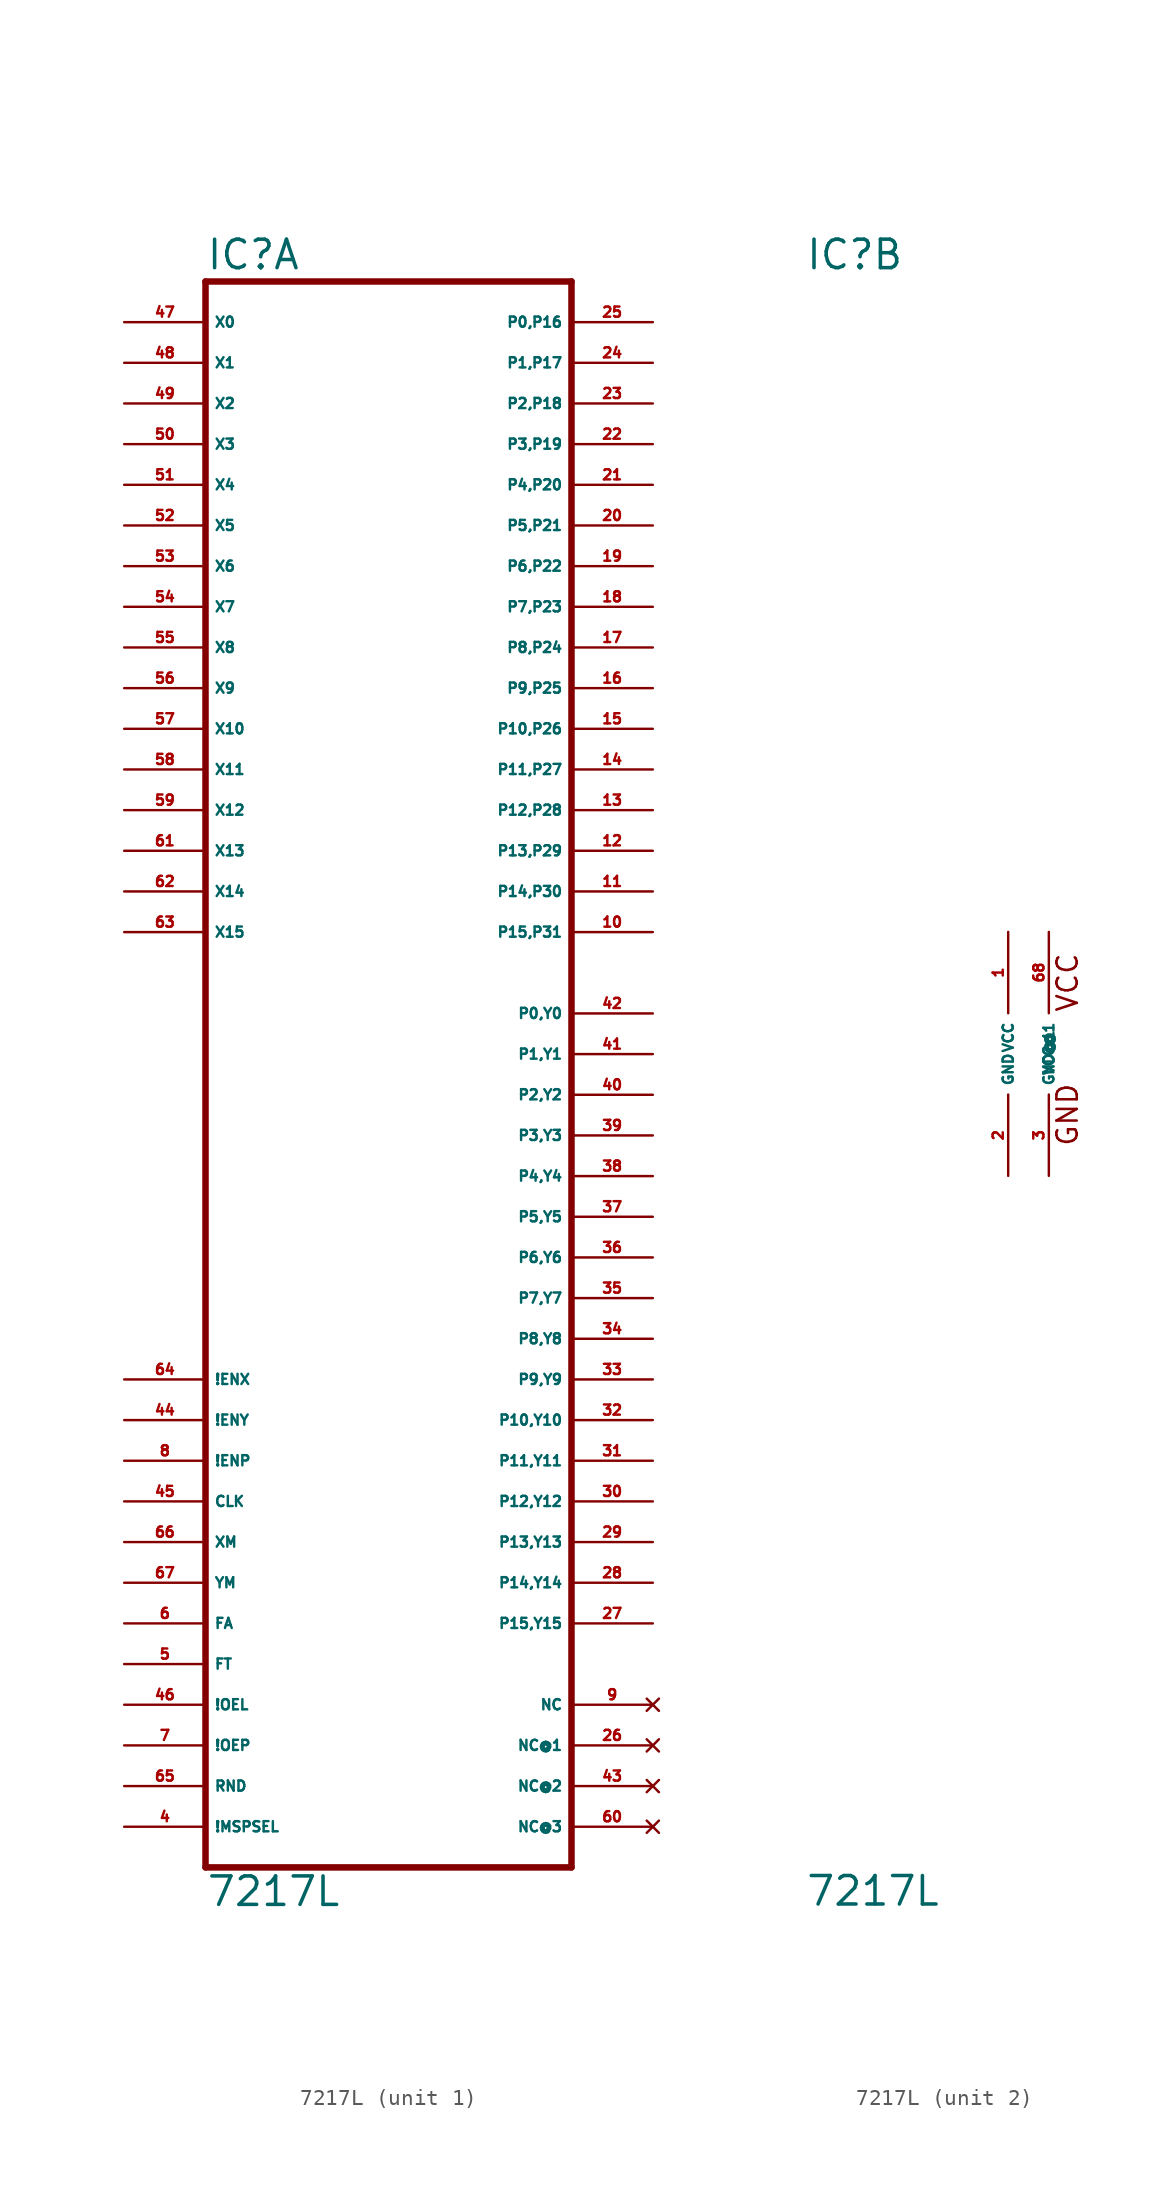
<source format=kicad_sym>
(kicad_symbol_lib
  (version 20220914)
  (generator Eagle2Kicad)
  (symbol "7217L"
    (property "Reference" "IC"
      (at -12.7 48.895 0)
      (effects (font (size 1.778 1.778) (thickness 0.22)) (justify left bottom)))
    (property "Value" "7217L"
      (at -12.7 -53.34 0)
      (effects (font (size 1.778 1.778) (thickness 0.22)) (justify left bottom)))
    (symbol "7217L_1_0"
      (polyline (pts (xy -12.7 -50.8) (xy 10.16 -50.8)) (stroke (width 0.406) (type default)) (fill (type none)))
      (polyline (pts (xy 10.16 -50.8) (xy 10.16 48.26)) (stroke (width 0.406) (type default)) (fill (type none)))
      (polyline (pts (xy 10.16 48.26) (xy -12.7 48.26)) (stroke (width 0.406) (type default)) (fill (type none)))
      (polyline (pts (xy -12.7 48.26) (xy -12.7 -50.8)) (stroke (width 0.406) (type default)) (fill (type none)))
      (pin input line (at -17.78 45.72 0) (length 5.08) (name "X0" (effects (font (size 0.635 0.635) (thickness 0.08)) (justify left bottom))) (number "47" (effects (font (size 0.635 0.635) (thickness 0.08)) (justify left bottom))))
      (pin input line (at -17.78 43.18 0) (length 5.08) (name "X1" (effects (font (size 0.635 0.635) (thickness 0.08)) (justify left bottom))) (number "48" (effects (font (size 0.635 0.635) (thickness 0.08)) (justify left bottom))))
      (pin input line (at -17.78 40.64 0) (length 5.08) (name "X2" (effects (font (size 0.635 0.635) (thickness 0.08)) (justify left bottom))) (number "49" (effects (font (size 0.635 0.635) (thickness 0.08)) (justify left bottom))))
      (pin input line (at -17.78 38.1 0) (length 5.08) (name "X3" (effects (font (size 0.635 0.635) (thickness 0.08)) (justify left bottom))) (number "50" (effects (font (size 0.635 0.635) (thickness 0.08)) (justify left bottom))))
      (pin input line (at -17.78 35.56 0) (length 5.08) (name "X4" (effects (font (size 0.635 0.635) (thickness 0.08)) (justify left bottom))) (number "51" (effects (font (size 0.635 0.635) (thickness 0.08)) (justify left bottom))))
      (pin input line (at -17.78 33.02 0) (length 5.08) (name "X5" (effects (font (size 0.635 0.635) (thickness 0.08)) (justify left bottom))) (number "52" (effects (font (size 0.635 0.635) (thickness 0.08)) (justify left bottom))))
      (pin input line (at -17.78 30.48 0) (length 5.08) (name "X6" (effects (font (size 0.635 0.635) (thickness 0.08)) (justify left bottom))) (number "53" (effects (font (size 0.635 0.635) (thickness 0.08)) (justify left bottom))))
      (pin input line (at -17.78 27.94 0) (length 5.08) (name "X7" (effects (font (size 0.635 0.635) (thickness 0.08)) (justify left bottom))) (number "54" (effects (font (size 0.635 0.635) (thickness 0.08)) (justify left bottom))))
      (pin input line (at -17.78 25.4 0) (length 5.08) (name "X8" (effects (font (size 0.635 0.635) (thickness 0.08)) (justify left bottom))) (number "55" (effects (font (size 0.635 0.635) (thickness 0.08)) (justify left bottom))))
      (pin input line (at -17.78 22.86 0) (length 5.08) (name "X9" (effects (font (size 0.635 0.635) (thickness 0.08)) (justify left bottom))) (number "56" (effects (font (size 0.635 0.635) (thickness 0.08)) (justify left bottom))))
      (pin input line (at -17.78 20.32 0) (length 5.08) (name "X10" (effects (font (size 0.635 0.635) (thickness 0.08)) (justify left bottom))) (number "57" (effects (font (size 0.635 0.635) (thickness 0.08)) (justify left bottom))))
      (pin input line (at -17.78 17.78 0) (length 5.08) (name "X11" (effects (font (size 0.635 0.635) (thickness 0.08)) (justify left bottom))) (number "58" (effects (font (size 0.635 0.635) (thickness 0.08)) (justify left bottom))))
      (pin input line (at -17.78 15.24 0) (length 5.08) (name "X12" (effects (font (size 0.635 0.635) (thickness 0.08)) (justify left bottom))) (number "59" (effects (font (size 0.635 0.635) (thickness 0.08)) (justify left bottom))))
      (pin input line (at -17.78 12.7 0) (length 5.08) (name "X13" (effects (font (size 0.635 0.635) (thickness 0.08)) (justify left bottom))) (number "61" (effects (font (size 0.635 0.635) (thickness 0.08)) (justify left bottom))))
      (pin input line (at -17.78 10.16 0) (length 5.08) (name "X14" (effects (font (size 0.635 0.635) (thickness 0.08)) (justify left bottom))) (number "62" (effects (font (size 0.635 0.635) (thickness 0.08)) (justify left bottom))))
      (pin input line (at -17.78 7.62 0) (length 5.08) (name "X15" (effects (font (size 0.635 0.635) (thickness 0.08)) (justify left bottom))) (number "63" (effects (font (size 0.635 0.635) (thickness 0.08)) (justify left bottom))))
      (pin bidirectional line (at 15.24 -35.56 180) (length 5.08) (name "P15,Y15" (effects (font (size 0.635 0.635) (thickness 0.08)) (justify left bottom))) (number "27" (effects (font (size 0.635 0.635) (thickness 0.08)) (justify left bottom))))
      (pin bidirectional line (at 15.24 -33.02 180) (length 5.08) (name "P14,Y14" (effects (font (size 0.635 0.635) (thickness 0.08)) (justify left bottom))) (number "28" (effects (font (size 0.635 0.635) (thickness 0.08)) (justify left bottom))))
      (pin bidirectional line (at 15.24 -30.48 180) (length 5.08) (name "P13,Y13" (effects (font (size 0.635 0.635) (thickness 0.08)) (justify left bottom))) (number "29" (effects (font (size 0.635 0.635) (thickness 0.08)) (justify left bottom))))
      (pin bidirectional line (at 15.24 -27.94 180) (length 5.08) (name "P12,Y12" (effects (font (size 0.635 0.635) (thickness 0.08)) (justify left bottom))) (number "30" (effects (font (size 0.635 0.635) (thickness 0.08)) (justify left bottom))))
      (pin bidirectional line (at 15.24 -25.4 180) (length 5.08) (name "P11,Y11" (effects (font (size 0.635 0.635) (thickness 0.08)) (justify left bottom))) (number "31" (effects (font (size 0.635 0.635) (thickness 0.08)) (justify left bottom))))
      (pin bidirectional line (at 15.24 -22.86 180) (length 5.08) (name "P10,Y10" (effects (font (size 0.635 0.635) (thickness 0.08)) (justify left bottom))) (number "32" (effects (font (size 0.635 0.635) (thickness 0.08)) (justify left bottom))))
      (pin bidirectional line (at 15.24 -20.32 180) (length 5.08) (name "P9,Y9" (effects (font (size 0.635 0.635) (thickness 0.08)) (justify left bottom))) (number "33" (effects (font (size 0.635 0.635) (thickness 0.08)) (justify left bottom))))
      (pin bidirectional line (at 15.24 -17.78 180) (length 5.08) (name "P8,Y8" (effects (font (size 0.635 0.635) (thickness 0.08)) (justify left bottom))) (number "34" (effects (font (size 0.635 0.635) (thickness 0.08)) (justify left bottom))))
      (pin bidirectional line (at 15.24 -15.24 180) (length 5.08) (name "P7,Y7" (effects (font (size 0.635 0.635) (thickness 0.08)) (justify left bottom))) (number "35" (effects (font (size 0.635 0.635) (thickness 0.08)) (justify left bottom))))
      (pin bidirectional line (at 15.24 -12.7 180) (length 5.08) (name "P6,Y6" (effects (font (size 0.635 0.635) (thickness 0.08)) (justify left bottom))) (number "36" (effects (font (size 0.635 0.635) (thickness 0.08)) (justify left bottom))))
      (pin bidirectional line (at 15.24 -10.16 180) (length 5.08) (name "P5,Y5" (effects (font (size 0.635 0.635) (thickness 0.08)) (justify left bottom))) (number "37" (effects (font (size 0.635 0.635) (thickness 0.08)) (justify left bottom))))
      (pin bidirectional line (at 15.24 -7.62 180) (length 5.08) (name "P4,Y4" (effects (font (size 0.635 0.635) (thickness 0.08)) (justify left bottom))) (number "38" (effects (font (size 0.635 0.635) (thickness 0.08)) (justify left bottom))))
      (pin bidirectional line (at 15.24 -5.08 180) (length 5.08) (name "P3,Y3" (effects (font (size 0.635 0.635) (thickness 0.08)) (justify left bottom))) (number "39" (effects (font (size 0.635 0.635) (thickness 0.08)) (justify left bottom))))
      (pin bidirectional line (at 15.24 -2.54 180) (length 5.08) (name "P2,Y2" (effects (font (size 0.635 0.635) (thickness 0.08)) (justify left bottom))) (number "40" (effects (font (size 0.635 0.635) (thickness 0.08)) (justify left bottom))))
      (pin bidirectional line (at 15.24 0 180) (length 5.08) (name "P1,Y1" (effects (font (size 0.635 0.635) (thickness 0.08)) (justify left bottom))) (number "41" (effects (font (size 0.635 0.635) (thickness 0.08)) (justify left bottom))))
      (pin bidirectional line (at 15.24 2.54 180) (length 5.08) (name "P0,Y0" (effects (font (size 0.635 0.635) (thickness 0.08)) (justify left bottom))) (number "42" (effects (font (size 0.635 0.635) (thickness 0.08)) (justify left bottom))))
      (pin input line (at -17.78 -20.32 0) (length 5.08) (name "!ENX" (effects (font (size 0.635 0.635) (thickness 0.08)) (justify left bottom))) (number "64" (effects (font (size 0.635 0.635) (thickness 0.08)) (justify left bottom))))
      (pin input line (at -17.78 -22.86 0) (length 5.08) (name "!ENY" (effects (font (size 0.635 0.635) (thickness 0.08)) (justify left bottom))) (number "44" (effects (font (size 0.635 0.635) (thickness 0.08)) (justify left bottom))))
      (pin input line (at -17.78 -25.4 0) (length 5.08) (name "!ENP" (effects (font (size 0.635 0.635) (thickness 0.08)) (justify left bottom))) (number "8" (effects (font (size 0.635 0.635) (thickness 0.08)) (justify left bottom))))
      (pin input line (at -17.78 -27.94 0) (length 5.08) (name "CLK" (effects (font (size 0.635 0.635) (thickness 0.08)) (justify left bottom))) (number "45" (effects (font (size 0.635 0.635) (thickness 0.08)) (justify left bottom))))
      (pin input line (at -17.78 -30.48 0) (length 5.08) (name "XM" (effects (font (size 0.635 0.635) (thickness 0.08)) (justify left bottom))) (number "66" (effects (font (size 0.635 0.635) (thickness 0.08)) (justify left bottom))))
      (pin input line (at -17.78 -33.02 0) (length 5.08) (name "YM" (effects (font (size 0.635 0.635) (thickness 0.08)) (justify left bottom))) (number "67" (effects (font (size 0.635 0.635) (thickness 0.08)) (justify left bottom))))
      (pin input line (at -17.78 -35.56 0) (length 5.08) (name "FA" (effects (font (size 0.635 0.635) (thickness 0.08)) (justify left bottom))) (number "6" (effects (font (size 0.635 0.635) (thickness 0.08)) (justify left bottom))))
      (pin input line (at -17.78 -38.1 0) (length 5.08) (name "FT" (effects (font (size 0.635 0.635) (thickness 0.08)) (justify left bottom))) (number "5" (effects (font (size 0.635 0.635) (thickness 0.08)) (justify left bottom))))
      (pin input line (at -17.78 -40.64 0) (length 5.08) (name "!OEL" (effects (font (size 0.635 0.635) (thickness 0.08)) (justify left bottom))) (number "46" (effects (font (size 0.635 0.635) (thickness 0.08)) (justify left bottom))))
      (pin input line (at -17.78 -43.18 0) (length 5.08) (name "!OEP" (effects (font (size 0.635 0.635) (thickness 0.08)) (justify left bottom))) (number "7" (effects (font (size 0.635 0.635) (thickness 0.08)) (justify left bottom))))
      (pin input line (at -17.78 -45.72 0) (length 5.08) (name "RND" (effects (font (size 0.635 0.635) (thickness 0.08)) (justify left bottom))) (number "65" (effects (font (size 0.635 0.635) (thickness 0.08)) (justify left bottom))))
      (pin input line (at -17.78 -48.26 0) (length 5.08) (name "!MSPSEL" (effects (font (size 0.635 0.635) (thickness 0.08)) (justify left bottom))) (number "4" (effects (font (size 0.635 0.635) (thickness 0.08)) (justify left bottom))))
      (pin output line (at 15.24 45.72 180) (length 5.08) (name "P0,P16" (effects (font (size 0.635 0.635) (thickness 0.08)) (justify left bottom))) (number "25" (effects (font (size 0.635 0.635) (thickness 0.08)) (justify left bottom))))
      (pin output line (at 15.24 43.18 180) (length 5.08) (name "P1,P17" (effects (font (size 0.635 0.635) (thickness 0.08)) (justify left bottom))) (number "24" (effects (font (size 0.635 0.635) (thickness 0.08)) (justify left bottom))))
      (pin output line (at 15.24 40.64 180) (length 5.08) (name "P2,P18" (effects (font (size 0.635 0.635) (thickness 0.08)) (justify left bottom))) (number "23" (effects (font (size 0.635 0.635) (thickness 0.08)) (justify left bottom))))
      (pin output line (at 15.24 38.1 180) (length 5.08) (name "P3,P19" (effects (font (size 0.635 0.635) (thickness 0.08)) (justify left bottom))) (number "22" (effects (font (size 0.635 0.635) (thickness 0.08)) (justify left bottom))))
      (pin output line (at 15.24 35.56 180) (length 5.08) (name "P4,P20" (effects (font (size 0.635 0.635) (thickness 0.08)) (justify left bottom))) (number "21" (effects (font (size 0.635 0.635) (thickness 0.08)) (justify left bottom))))
      (pin output line (at 15.24 33.02 180) (length 5.08) (name "P5,P21" (effects (font (size 0.635 0.635) (thickness 0.08)) (justify left bottom))) (number "20" (effects (font (size 0.635 0.635) (thickness 0.08)) (justify left bottom))))
      (pin output line (at 15.24 30.48 180) (length 5.08) (name "P6,P22" (effects (font (size 0.635 0.635) (thickness 0.08)) (justify left bottom))) (number "19" (effects (font (size 0.635 0.635) (thickness 0.08)) (justify left bottom))))
      (pin output line (at 15.24 27.94 180) (length 5.08) (name "P7,P23" (effects (font (size 0.635 0.635) (thickness 0.08)) (justify left bottom))) (number "18" (effects (font (size 0.635 0.635) (thickness 0.08)) (justify left bottom))))
      (pin output line (at 15.24 25.4 180) (length 5.08) (name "P8,P24" (effects (font (size 0.635 0.635) (thickness 0.08)) (justify left bottom))) (number "17" (effects (font (size 0.635 0.635) (thickness 0.08)) (justify left bottom))))
      (pin output line (at 15.24 22.86 180) (length 5.08) (name "P9,P25" (effects (font (size 0.635 0.635) (thickness 0.08)) (justify left bottom))) (number "16" (effects (font (size 0.635 0.635) (thickness 0.08)) (justify left bottom))))
      (pin output line (at 15.24 20.32 180) (length 5.08) (name "P10,P26" (effects (font (size 0.635 0.635) (thickness 0.08)) (justify left bottom))) (number "15" (effects (font (size 0.635 0.635) (thickness 0.08)) (justify left bottom))))
      (pin output line (at 15.24 17.78 180) (length 5.08) (name "P11,P27" (effects (font (size 0.635 0.635) (thickness 0.08)) (justify left bottom))) (number "14" (effects (font (size 0.635 0.635) (thickness 0.08)) (justify left bottom))))
      (pin output line (at 15.24 15.24 180) (length 5.08) (name "P12,P28" (effects (font (size 0.635 0.635) (thickness 0.08)) (justify left bottom))) (number "13" (effects (font (size 0.635 0.635) (thickness 0.08)) (justify left bottom))))
      (pin output line (at 15.24 12.7 180) (length 5.08) (name "P13,P29" (effects (font (size 0.635 0.635) (thickness 0.08)) (justify left bottom))) (number "12" (effects (font (size 0.635 0.635) (thickness 0.08)) (justify left bottom))))
      (pin output line (at 15.24 10.16 180) (length 5.08) (name "P14,P30" (effects (font (size 0.635 0.635) (thickness 0.08)) (justify left bottom))) (number "11" (effects (font (size 0.635 0.635) (thickness 0.08)) (justify left bottom))))
      (pin output line (at 15.24 7.62 180) (length 5.08) (name "P15,P31" (effects (font (size 0.635 0.635) (thickness 0.08)) (justify left bottom))) (number "10" (effects (font (size 0.635 0.635) (thickness 0.08)) (justify left bottom))))
      (pin no_connect line (at 15.24 -40.64 180) (length 5.08) (name "NC" (effects (font (size 0.635 0.635) (thickness 0.08)) (justify left bottom) hide)) (number "9" (effects (font (size 0.635 0.635) (thickness 0.08)) (justify left bottom) hide)))
      (pin no_connect line (at 15.24 -43.18 180) (length 5.08) (name "NC@1" (effects (font (size 0.635 0.635) (thickness 0.08)) (justify left bottom) hide)) (number "26" (effects (font (size 0.635 0.635) (thickness 0.08)) (justify left bottom) hide)))
      (pin no_connect line (at 15.24 -45.72 180) (length 5.08) (name "NC@2" (effects (font (size 0.635 0.635) (thickness 0.08)) (justify left bottom) hide)) (number "43" (effects (font (size 0.635 0.635) (thickness 0.08)) (justify left bottom) hide)))
      (pin no_connect line (at 15.24 -48.26 180) (length 5.08) (name "NC@3" (effects (font (size 0.635 0.635) (thickness 0.08)) (justify left bottom) hide)) (number "60" (effects (font (size 0.635 0.635) (thickness 0.08)) (justify left bottom) hide))))
    (symbol "7217L_2_0"
      (text "VCC" (at 4.445 2.54 900) (effects (font (size 1.27 1.27) (thickness 0.16)) (justify left bottom)))
      (text "GND" (at 4.445 -5.842 900) (effects (font (size 1.27 1.27) (thickness 0.16)) (justify left bottom)))
      (pin unspecified line (at 0 7.62 270) (length 5.08) (name "VCC" (effects (font (size 0.635 0.635) (thickness 0.08)) (justify left bottom))) (number "1" (effects (font (size 0.635 0.635) (thickness 0.08)) (justify left bottom))))
      (pin unspecified line (at 0 -7.62 90) (length 5.08) (name "GND" (effects (font (size 0.635 0.635) (thickness 0.08)) (justify left bottom))) (number "2" (effects (font (size 0.635 0.635) (thickness 0.08)) (justify left bottom))))
      (pin unspecified line (at 2.54 7.62 270) (length 5.08) (name "VCC@1" (effects (font (size 0.635 0.635) (thickness 0.08)) (justify left bottom))) (number "68" (effects (font (size 0.635 0.635) (thickness 0.08)) (justify left bottom))))
      (pin unspecified line (at 2.54 -7.62 90) (length 5.08) (name "GND@1" (effects (font (size 0.635 0.635) (thickness 0.08)) (justify left bottom))) (number "3" (effects (font (size 0.635 0.635) (thickness 0.08)) (justify left bottom)))))))
</source>
